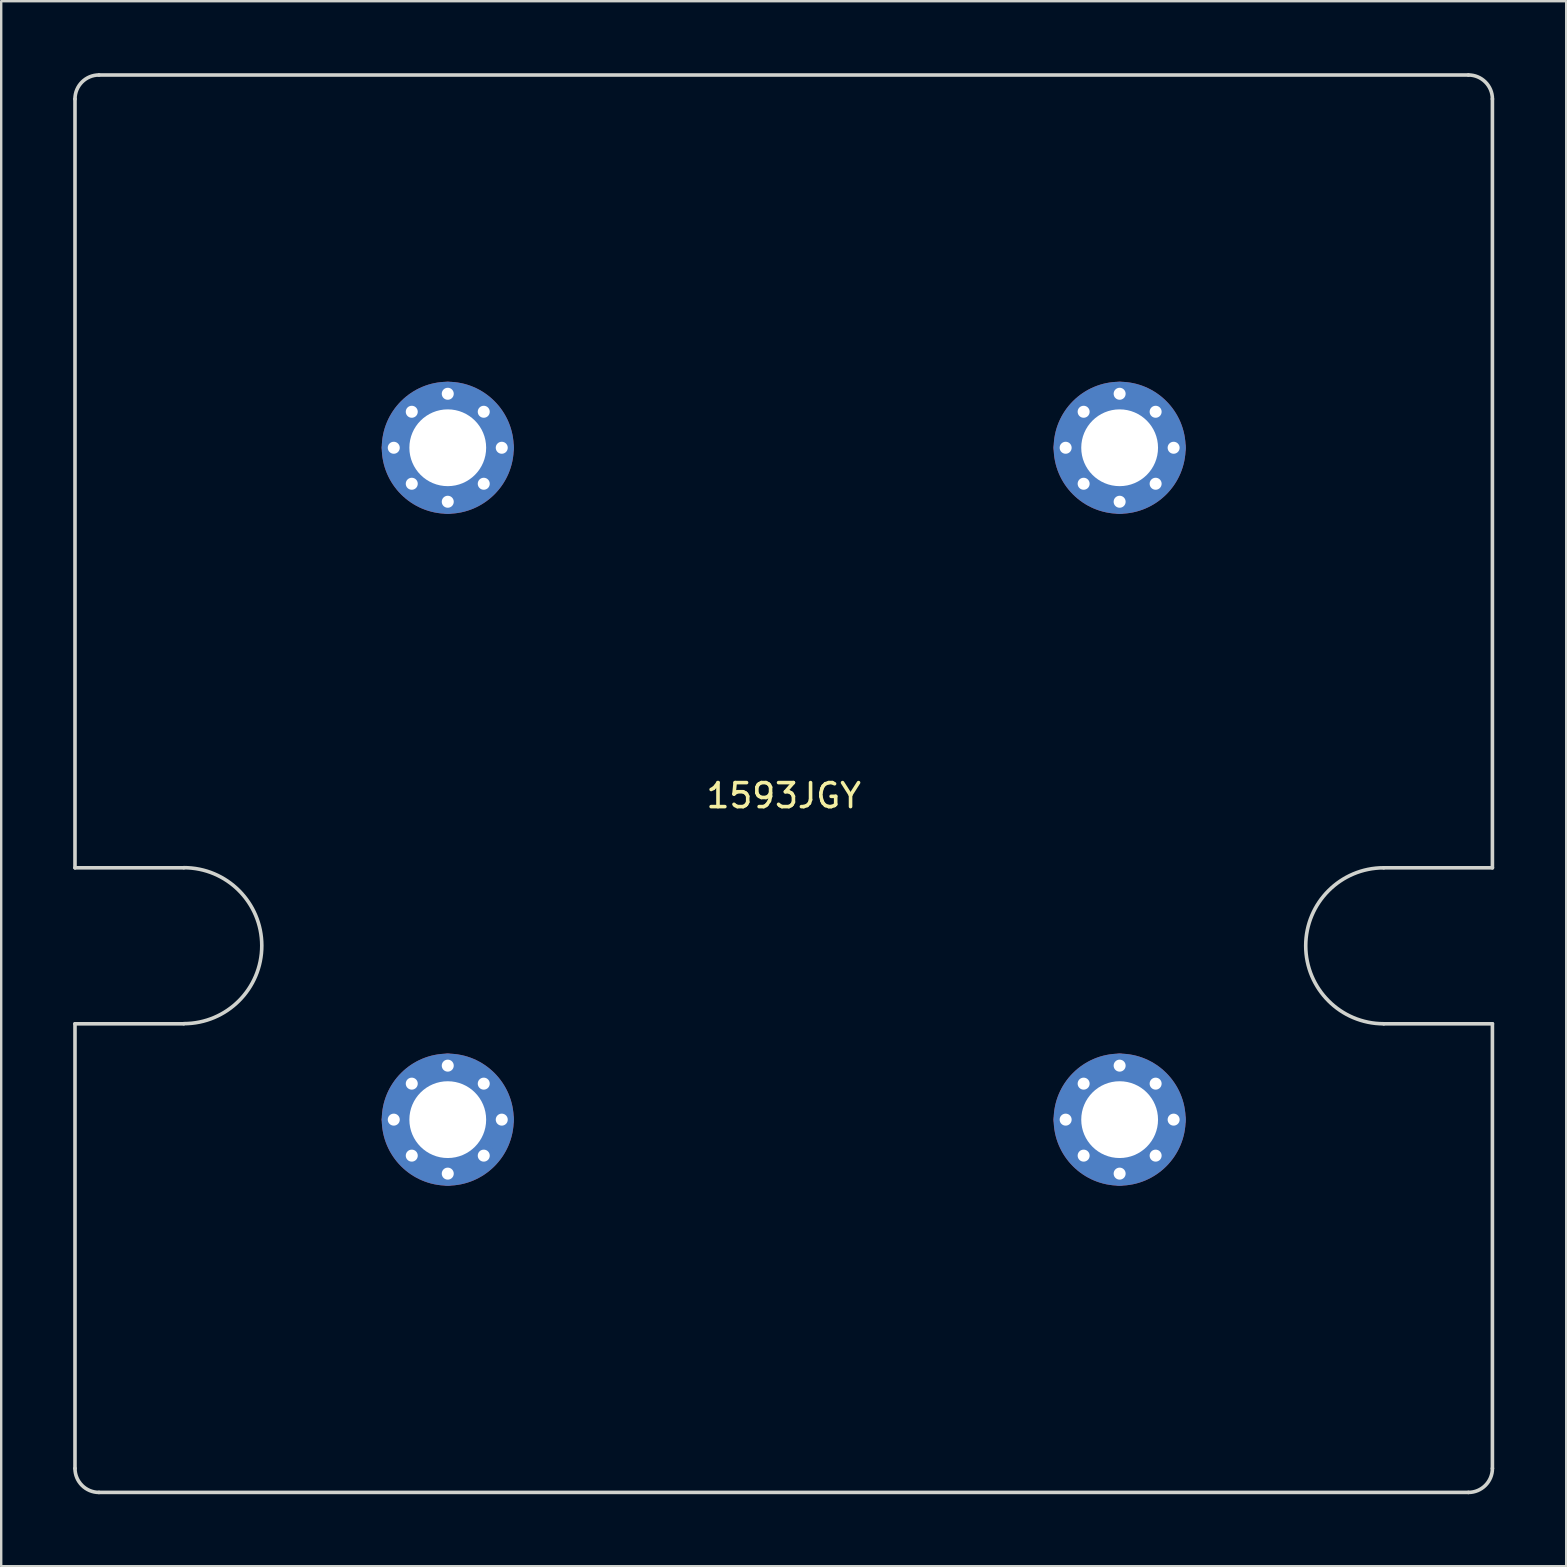
<source format=kicad_pcb>
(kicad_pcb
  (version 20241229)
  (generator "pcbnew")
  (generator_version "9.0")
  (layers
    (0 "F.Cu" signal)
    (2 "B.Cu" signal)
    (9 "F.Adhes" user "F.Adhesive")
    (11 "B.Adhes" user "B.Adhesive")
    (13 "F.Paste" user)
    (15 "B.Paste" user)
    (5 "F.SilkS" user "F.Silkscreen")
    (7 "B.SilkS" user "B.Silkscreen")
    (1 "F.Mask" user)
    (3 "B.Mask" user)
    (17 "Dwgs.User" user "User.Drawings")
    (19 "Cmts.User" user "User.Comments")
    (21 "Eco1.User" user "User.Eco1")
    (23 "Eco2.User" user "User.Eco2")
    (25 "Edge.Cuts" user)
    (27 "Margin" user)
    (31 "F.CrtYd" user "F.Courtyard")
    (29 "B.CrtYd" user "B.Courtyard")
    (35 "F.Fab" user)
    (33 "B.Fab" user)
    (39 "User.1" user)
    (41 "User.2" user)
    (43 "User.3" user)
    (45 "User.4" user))
  (footprint "1593JGY"
    (layer "F.Cu")
    (at 29.61 29.61)
    (property "Reference" "1593JGY" (at 0 0.5 0) (layer "F.SilkS") (effects (font (size 1 1) (thickness 0.15))))
    (attr through_hole)
    (fp_line (start -29.535 3.505) (end -29.535 -28.535) (stroke (width 0.15) (type solid)) (layer "Edge.Cuts"))
    (fp_line (start -29.535 3.505) (end -25.005 3.505) (stroke (width 0.15) (type solid)) (layer "Edge.Cuts"))
    (fp_line (start -29.535 10.005) (end -29.535 28.535) (stroke (width 0.15) (type solid)) (layer "Edge.Cuts"))
    (fp_line (start -29.535 10.005) (end -25.005 10.005) (stroke (width 0.15) (type solid)) (layer "Edge.Cuts"))
    (fp_line (start -28.535 -29.535) (end 28.535 -29.535) (stroke (width 0.15) (type solid)) (layer "Edge.Cuts"))
    (fp_line (start 28.535 29.535) (end -28.535 29.535) (stroke (width 0.15) (type solid)) (layer "Edge.Cuts"))
    (fp_line (start 29.535 3.505) (end 25.005 3.505) (stroke (width 0.15) (type solid)) (layer "Edge.Cuts"))
    (fp_line (start 29.535 3.505) (end 29.535 -28.535) (stroke (width 0.15) (type solid)) (layer "Edge.Cuts"))
    (fp_line (start 29.535 10.005) (end 25.005 10.005) (stroke (width 0.15) (type solid)) (layer "Edge.Cuts"))
    (fp_line (start 29.535 10.005) (end 29.535 28.535) (stroke (width 0.15) (type solid)) (layer "Edge.Cuts"))
    (fp_arc (start -29.535 -28.535) (mid -29.242107 -29.242107) (end -28.535 -29.535) (stroke (width 0.15) (type solid)) (layer "Edge.Cuts"))
    (fp_arc (start -28.535 29.535) (mid -29.242107 29.242107) (end -29.535 28.535) (stroke (width 0.15) (type solid)) (layer "Edge.Cuts"))
    (fp_arc (start -25 3.5) (mid -21.75 6.75) (end -25 10) (stroke (width 0.15) (type solid)) (layer "Edge.Cuts"))
    (fp_arc (start 25.005 10.005) (mid 21.755 6.755) (end 25.005 3.505) (stroke (width 0.15) (type solid)) (layer "Edge.Cuts"))
    (fp_arc (start 28.535 -29.535) (mid 29.242107 -29.242107) (end 29.535 -28.535) (stroke (width 0.15) (type solid)) (layer "Edge.Cuts"))
    (fp_arc (start 29.535 28.535) (mid 29.242107 29.242107) (end 28.535 29.535) (stroke (width 0.15) (type solid)) (layer "Edge.Cuts"))
    (pad "1" thru_hole circle (at -16.25 -14) (size 1 1) (drill 0.5) (layers "*.Cu" "*.Mask"))
    (pad "1" thru_hole circle (at -16.25 14) (size 1 1) (drill 0.5) (layers "*.Cu" "*.Mask"))
    (pad "1" thru_hole circle (at -15.5 -15.5) (size 1 1) (drill 0.5) (layers "*.Cu" "*.Mask"))
    (pad "1" thru_hole circle (at -15.5 -12.5) (size 1 1) (drill 0.5) (layers "*.Cu" "*.Mask"))
    (pad "1" thru_hole circle (at -15.5 12.5) (size 1 1) (drill 0.5) (layers "*.Cu" "*.Mask"))
    (pad "1" thru_hole circle (at -15.5 15.5) (size 1 1) (drill 0.5) (layers "*.Cu" "*.Mask"))
    (pad "1" thru_hole circle (at -14 -16.25) (size 1 1) (drill 0.5) (layers "*.Cu" "*.Mask"))
    (pad "1" thru_hole circle (at -14 -14) (size 5.5 5.5) (drill 3.2) (layers "*.Cu" "*.Mask"))
    (pad "1" thru_hole circle (at -14 -11.75) (size 1 1) (drill 0.5) (layers "*.Cu" "*.Mask"))
    (pad "1" thru_hole circle (at -14 11.75) (size 1 1) (drill 0.5) (layers "*.Cu" "*.Mask"))
    (pad "1" thru_hole circle (at -14 14) (size 5.5 5.5) (drill 3.2) (layers "*.Cu" "*.Mask"))
    (pad "1" thru_hole circle (at -14 16.25) (size 1 1) (drill 0.5) (layers "*.Cu" "*.Mask"))
    (pad "1" thru_hole circle (at -12.5 -15.5) (size 1 1) (drill 0.5) (layers "*.Cu" "*.Mask"))
    (pad "1" thru_hole circle (at -12.5 -12.5) (size 1 1) (drill 0.5) (layers "*.Cu" "*.Mask"))
    (pad "1" thru_hole circle (at -12.5 12.5) (size 1 1) (drill 0.5) (layers "*.Cu" "*.Mask"))
    (pad "1" thru_hole circle (at -12.5 15.5) (size 1 1) (drill 0.5) (layers "*.Cu" "*.Mask"))
    (pad "1" thru_hole circle (at -11.75 -14) (size 1 1) (drill 0.5) (layers "*.Cu" "*.Mask"))
    (pad "1" thru_hole circle (at -11.75 14) (size 1 1) (drill 0.5) (layers "*.Cu" "*.Mask"))
    (pad "1" thru_hole circle (at 11.75 -14) (size 1 1) (drill 0.5) (layers "*.Cu" "*.Mask"))
    (pad "1" thru_hole circle (at 11.75 14) (size 1 1) (drill 0.5) (layers "*.Cu" "*.Mask"))
    (pad "1" thru_hole circle (at 12.5 -15.5) (size 1 1) (drill 0.5) (layers "*.Cu" "*.Mask"))
    (pad "1" thru_hole circle (at 12.5 -12.5) (size 1 1) (drill 0.5) (layers "*.Cu" "*.Mask"))
    (pad "1" thru_hole circle (at 12.5 12.5) (size 1 1) (drill 0.5) (layers "*.Cu" "*.Mask"))
    (pad "1" thru_hole circle (at 12.5 15.5) (size 1 1) (drill 0.5) (layers "*.Cu" "*.Mask"))
    (pad "1" thru_hole circle (at 14 -16.25) (size 1 1) (drill 0.5) (layers "*.Cu" "*.Mask"))
    (pad "1" thru_hole circle (at 14 -14) (size 5.5 5.5) (drill 3.2) (layers "*.Cu" "*.Mask"))
    (pad "1" thru_hole circle (at 14 -11.75) (size 1 1) (drill 0.5) (layers "*.Cu" "*.Mask"))
    (pad "1" thru_hole circle (at 14 11.75) (size 1 1) (drill 0.5) (layers "*.Cu" "*.Mask"))
    (pad "1" thru_hole circle (at 14 14) (size 5.5 5.5) (drill 3.2) (layers "*.Cu" "*.Mask"))
    (pad "1" thru_hole circle (at 14 16.25) (size 1 1) (drill 0.5) (layers "*.Cu" "*.Mask"))
    (pad "1" thru_hole circle (at 15.5 -15.5) (size 1 1) (drill 0.5) (layers "*.Cu" "*.Mask"))
    (pad "1" thru_hole circle (at 15.5 -12.5) (size 1 1) (drill 0.5) (layers "*.Cu" "*.Mask"))
    (pad "1" thru_hole circle (at 15.5 12.5) (size 1 1) (drill 0.5) (layers "*.Cu" "*.Mask"))
    (pad "1" thru_hole circle (at 15.5 15.5) (size 1 1) (drill 0.5) (layers "*.Cu" "*.Mask"))
    (pad "1" thru_hole circle (at 16.25 -14) (size 1 1) (drill 0.5) (layers "*.Cu" "*.Mask"))
    (pad "1" thru_hole circle (at 16.25 14) (size 1 1) (drill 0.5) (layers "*.Cu" "*.Mask")))
  (gr_rect
    (start -3 -3)
    (end 62.22 62.22)
    (stroke (width 0.1) (type default))
    (fill no)
    (layer "Edge.Cuts")))
</source>
